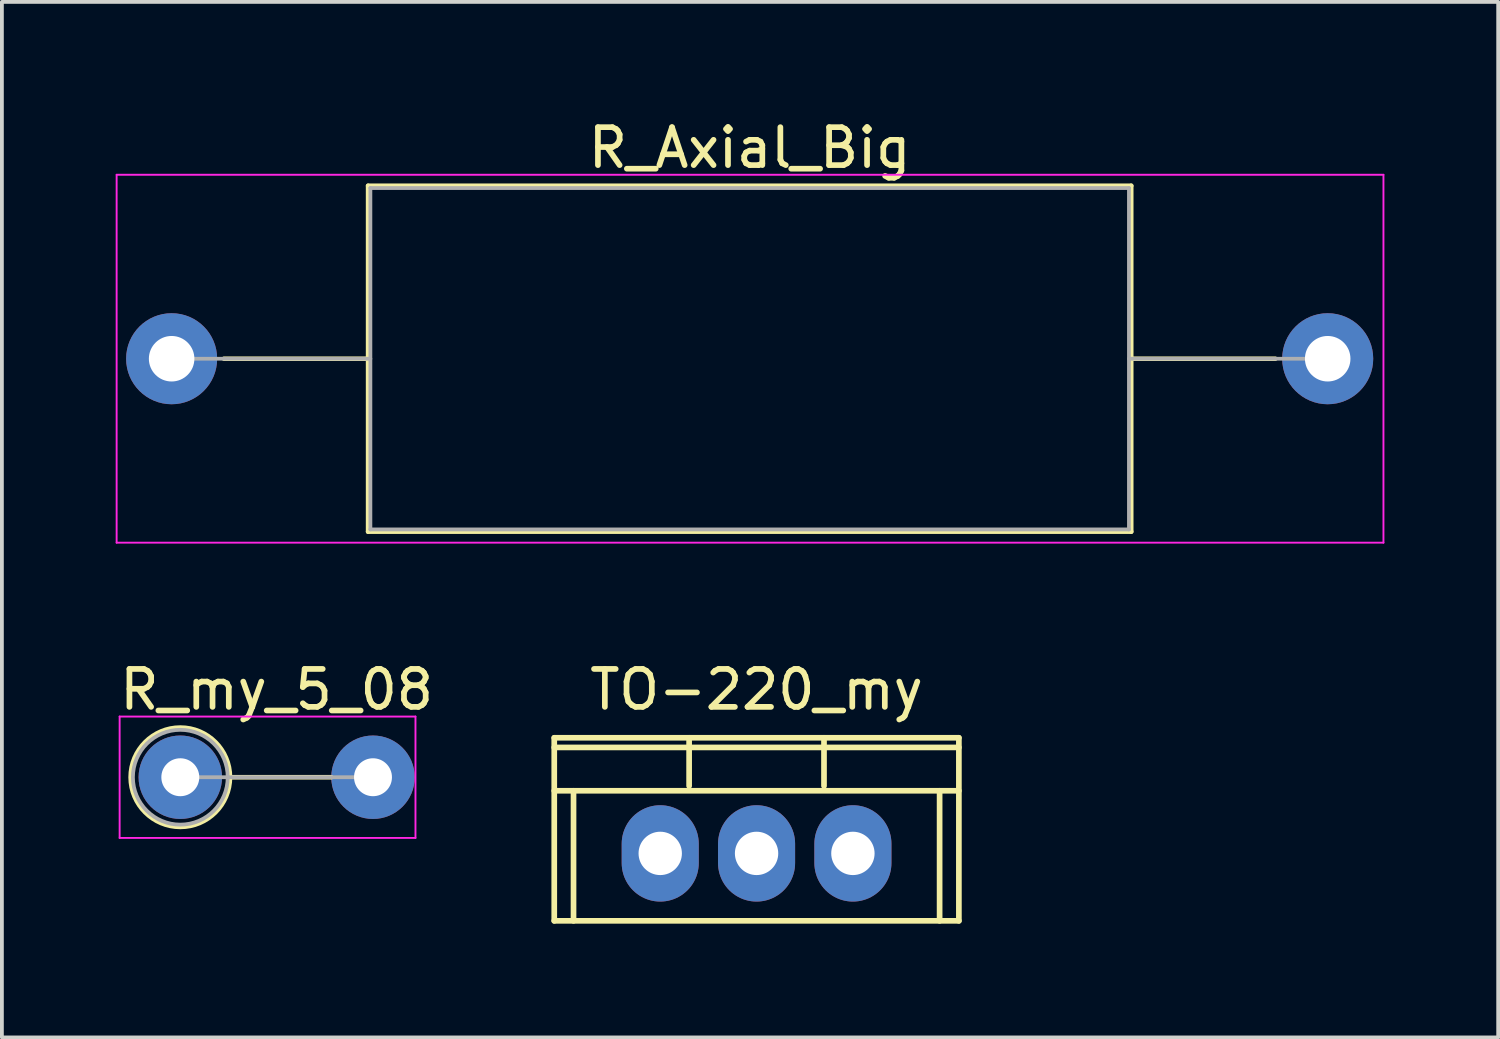
<source format=kicad_pcb>
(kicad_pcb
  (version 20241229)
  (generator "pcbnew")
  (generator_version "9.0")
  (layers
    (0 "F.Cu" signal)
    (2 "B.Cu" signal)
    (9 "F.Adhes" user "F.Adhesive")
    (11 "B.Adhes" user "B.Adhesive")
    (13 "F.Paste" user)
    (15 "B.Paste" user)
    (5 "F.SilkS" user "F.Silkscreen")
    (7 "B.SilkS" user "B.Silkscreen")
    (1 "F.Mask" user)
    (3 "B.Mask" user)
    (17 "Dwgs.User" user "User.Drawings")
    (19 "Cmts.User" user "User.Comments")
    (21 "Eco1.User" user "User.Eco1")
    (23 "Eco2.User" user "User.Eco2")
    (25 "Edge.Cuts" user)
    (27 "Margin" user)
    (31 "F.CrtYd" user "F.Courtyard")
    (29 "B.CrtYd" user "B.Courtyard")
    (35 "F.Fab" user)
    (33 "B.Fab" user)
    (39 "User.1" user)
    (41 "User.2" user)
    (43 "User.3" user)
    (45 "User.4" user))
  (footprint "R_my_5_08"
    (layer "F.Cu")
    (at 1.704 17.442)
    (property "Reference" "R_my_5_08" (at 2.54 -2.31 0) (layer "F.SilkS") (effects (font (size 1 1) (thickness 0.15))))
    (attr through_hole)
    (fp_line (start 1.31 0) (end 3.98 0) (stroke (width 0.12) (type solid)) (layer "F.SilkS"))
    (fp_circle (center 0 0) (end 1.31 0) (stroke (width 0.12) (type solid)) (fill no) (layer "F.SilkS"))
    (fp_line (start -1.6 -1.6) (end -1.6 1.6) (stroke (width 0.05) (type solid)) (layer "F.CrtYd"))
    (fp_line (start -1.6 1.6) (end 6.2 1.6) (stroke (width 0.05) (type solid)) (layer "F.CrtYd"))
    (fp_line (start 6.2 -1.6) (end -1.6 -1.6) (stroke (width 0.05) (type solid)) (layer "F.CrtYd"))
    (fp_line (start 6.2 1.6) (end 6.2 -1.6) (stroke (width 0.05) (type solid)) (layer "F.CrtYd"))
    (fp_line (start 0 0) (end 5.08 0) (stroke (width 0.1) (type solid)) (layer "F.Fab"))
    (fp_circle (center 0 0) (end 1.25 0) (stroke (width 0.1) (type solid)) (fill no) (layer "F.Fab"))
    (pad "1" thru_hole circle (at 0 0) (size 2.2 2.2) (drill 1) (layers "*.Cu" "*.Mask"))
    (pad "2" thru_hole circle (at 5.08 0) (size 2.2 2.2) (drill 1) (layers "*.Cu" "*.Mask")))
  (footprint "R_Axial_Big"
    (layer "F.Cu")
    (at 1.475 6.408)
    (property "Reference" "R_Axial_Big" (at 15.24 -5.56 0) (layer "F.SilkS") (effects (font (size 1 1) (thickness 0.15))))
    (attr through_hole)
    (fp_line (start 1.38 0) (end 5.18 0) (stroke (width 0.12) (type solid)) (layer "F.SilkS"))
    (fp_line (start 5.18 -4.56) (end 5.18 4.56) (stroke (width 0.12) (type solid)) (layer "F.SilkS"))
    (fp_line (start 5.18 4.56) (end 25.3 4.56) (stroke (width 0.12) (type solid)) (layer "F.SilkS"))
    (fp_line (start 25.3 -4.56) (end 5.18 -4.56) (stroke (width 0.12) (type solid)) (layer "F.SilkS"))
    (fp_line (start 25.3 4.56) (end 25.3 -4.56) (stroke (width 0.12) (type solid)) (layer "F.SilkS"))
    (fp_line (start 29.1 0) (end 25.3 0) (stroke (width 0.12) (type solid)) (layer "F.SilkS"))
    (fp_line (start -1.45 -4.85) (end -1.45 4.85) (stroke (width 0.05) (type solid)) (layer "F.CrtYd"))
    (fp_line (start -1.45 4.85) (end 31.95 4.85) (stroke (width 0.05) (type solid)) (layer "F.CrtYd"))
    (fp_line (start 31.95 -4.85) (end -1.45 -4.85) (stroke (width 0.05) (type solid)) (layer "F.CrtYd"))
    (fp_line (start 31.95 4.85) (end 31.95 -4.85) (stroke (width 0.05) (type solid)) (layer "F.CrtYd"))
    (fp_line (start 0 0) (end 5.24 0) (stroke (width 0.1) (type solid)) (layer "F.Fab"))
    (fp_line (start 5.24 -4.5) (end 5.24 4.5) (stroke (width 0.1) (type solid)) (layer "F.Fab"))
    (fp_line (start 5.24 4.5) (end 25.24 4.5) (stroke (width 0.1) (type solid)) (layer "F.Fab"))
    (fp_line (start 25.24 -4.5) (end 5.24 -4.5) (stroke (width 0.1) (type solid)) (layer "F.Fab"))
    (fp_line (start 25.24 4.5) (end 25.24 -4.5) (stroke (width 0.1) (type solid)) (layer "F.Fab"))
    (fp_line (start 30.48 0) (end 25.24 0) (stroke (width 0.1) (type solid)) (layer "F.Fab"))
    (pad "1" thru_hole circle (at 0 0) (size 2.4 2.4) (drill 1.2) (layers "*.Cu" "*.Mask"))
    (pad "2" thru_hole oval (at 30.48 0) (size 2.4 2.4) (drill 1.2) (layers "*.Cu" "*.Mask")))
  (footprint "TO-220_my"
    (layer "F.Cu")
    (at 16.897 19.45)
    (property "Reference" "TO-220_my" (at 0 -4.318 0) (layer "F.SilkS") (effects (font (size 1 1) (thickness 0.15))))
    (attr through_hole)
    (fp_line (start -5.334 -3.048) (end -5.334 1.778) (stroke (width 0.15) (type solid)) (layer "F.SilkS"))
    (fp_line (start -5.334 -1.651) (end 5.334 -1.651) (stroke (width 0.15) (type solid)) (layer "F.SilkS"))
    (fp_line (start -4.826 -1.651) (end -4.826 1.778) (stroke (width 0.15) (type solid)) (layer "F.SilkS"))
    (fp_line (start -1.778 -1.778) (end -1.778 -3.048) (stroke (width 0.15) (type solid)) (layer "F.SilkS"))
    (fp_line (start 1.778 -1.778) (end 1.778 -3.048) (stroke (width 0.15) (type solid)) (layer "F.SilkS"))
    (fp_line (start 4.826 -1.651) (end 4.826 1.778) (stroke (width 0.15) (type solid)) (layer "F.SilkS"))
    (fp_line (start 5.334 -3.048) (end -5.334 -3.048) (stroke (width 0.15) (type solid)) (layer "F.SilkS"))
    (fp_line (start 5.334 -3.048) (end 5.334 1.778) (stroke (width 0.15) (type solid)) (layer "F.SilkS"))
    (fp_line (start 5.334 -2.794) (end -5.334 -2.794) (stroke (width 0.15) (type solid)) (layer "F.SilkS"))
    (fp_line (start 5.334 1.778) (end -5.334 1.778) (stroke (width 0.15) (type solid)) (layer "F.SilkS"))
    (pad "1" thru_hole oval (at -2.54 0) (size 2.032 2.54) (drill 1.143) (layers "*.Cu" "*.Mask"))
    (pad "2" thru_hole oval (at 0 0) (size 2.032 2.54) (drill 1.143) (layers "*.Cu" "*.Mask"))
    (pad "3" thru_hole oval (at 2.54 0) (size 2.032 2.54) (drill 1.143) (layers "*.Cu" "*.Mask")))
  (gr_rect
    (start -3 -3)
    (end 36.45 24.302)
    (stroke (width 0.1) (type default))
    (fill no)
    (layer "Edge.Cuts")))
</source>
